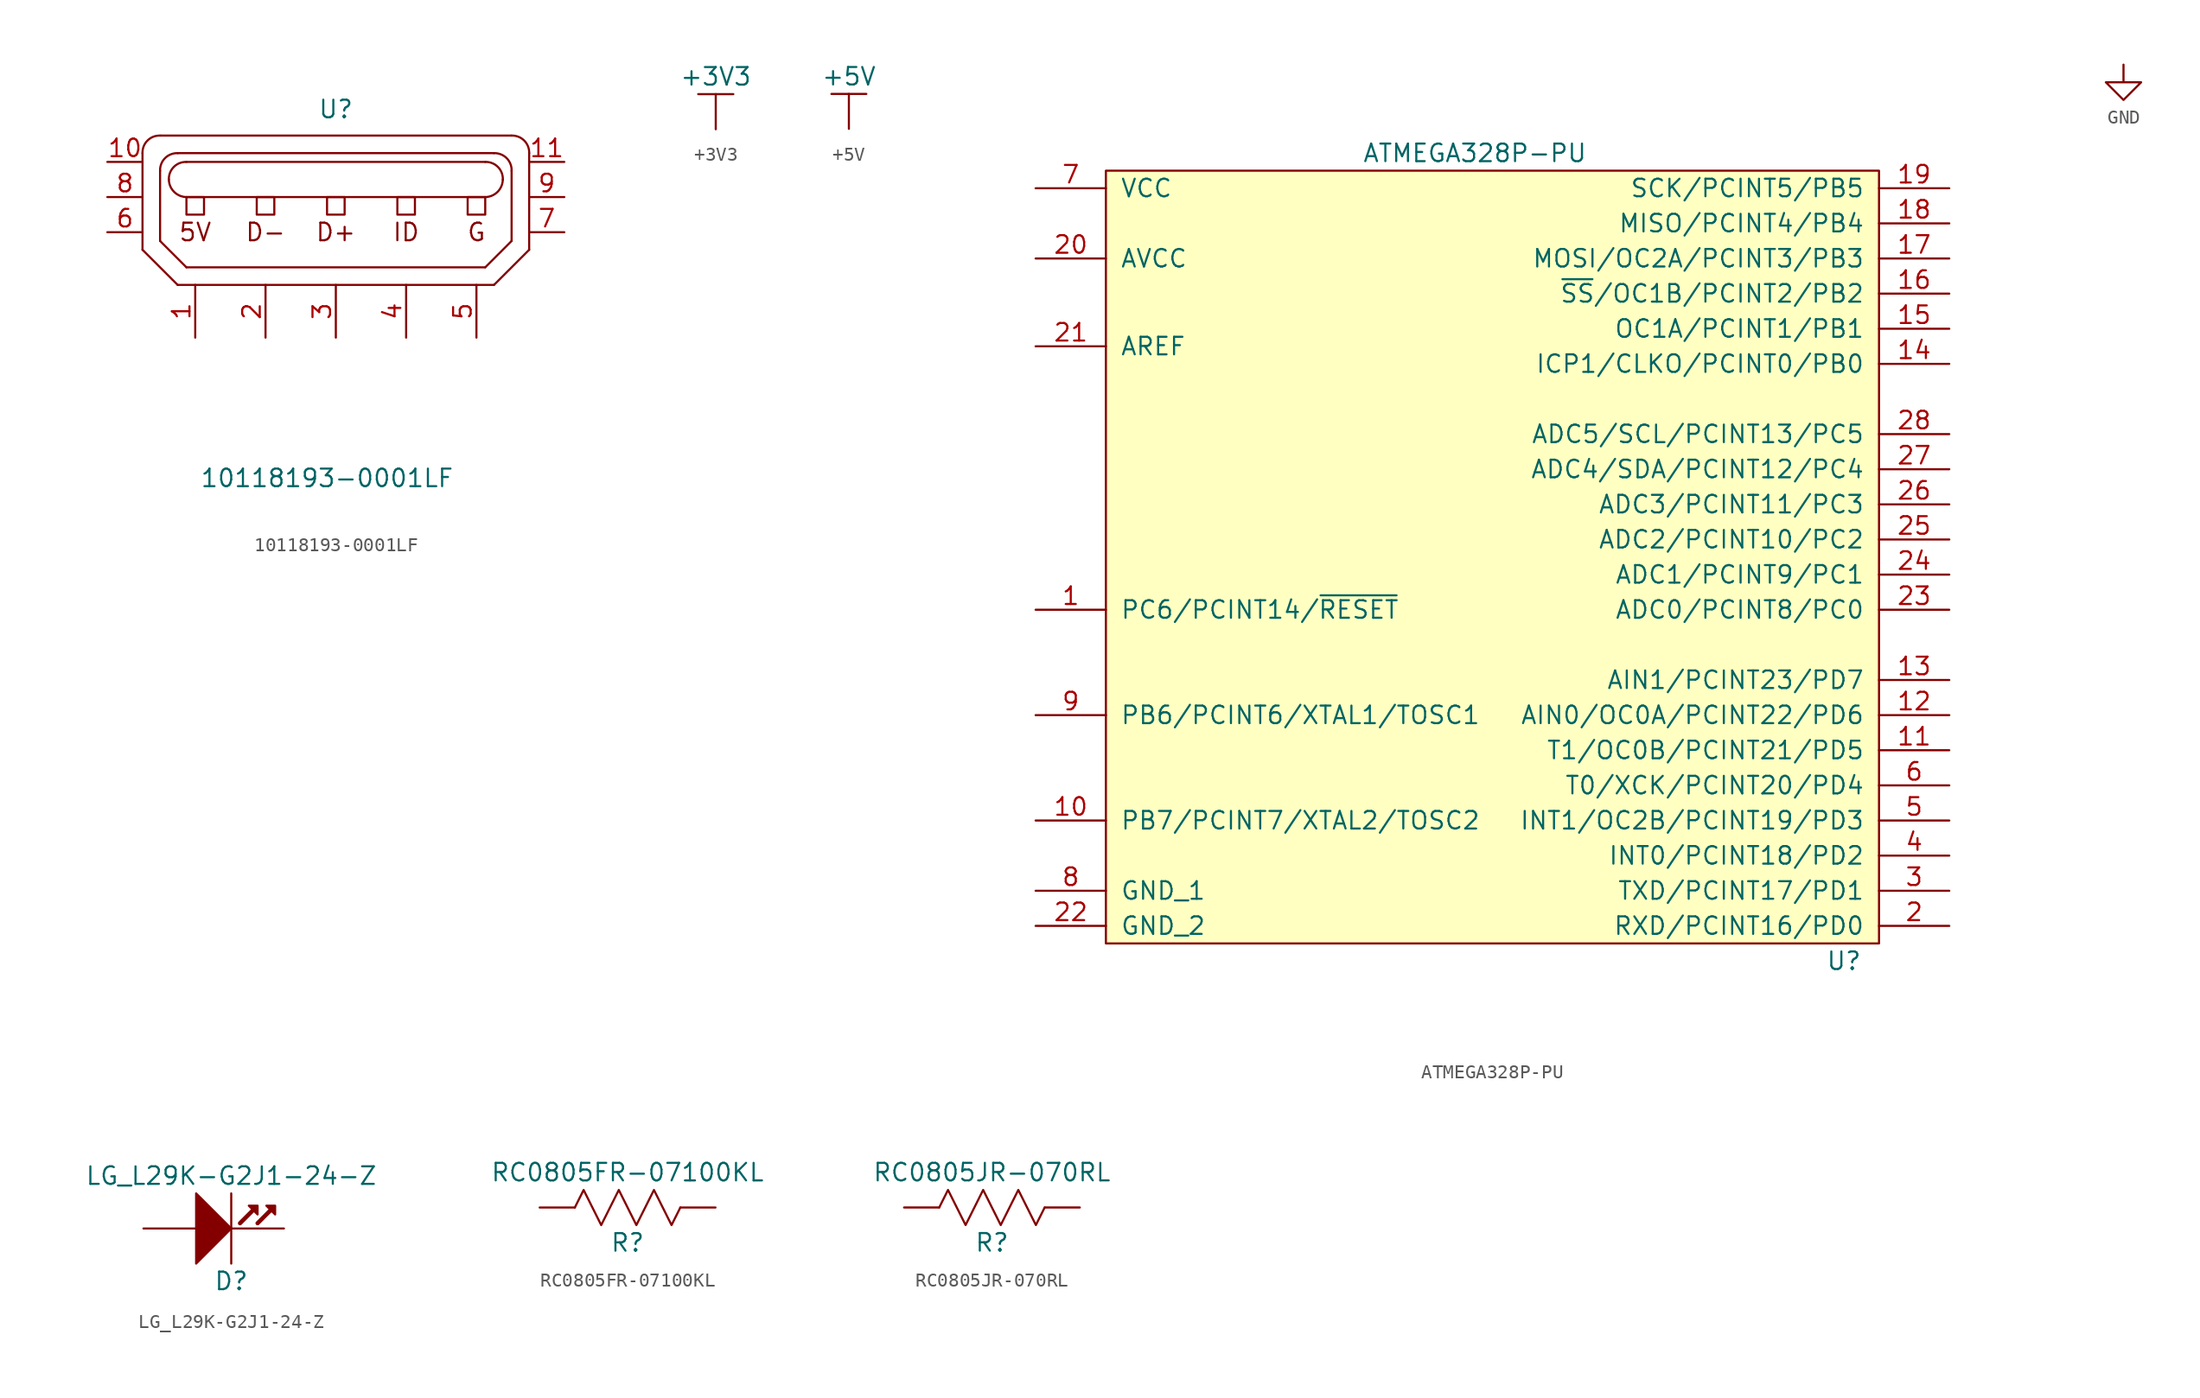
<source format=kicad_sym>
(kicad_symbol_lib
  (version 20220914)
  (generator kicad_symbol_editor)
  (symbol "10118193-0001LF"
    (pin_names
      (offset 0.025) hide)
    (property "Reference" "U"
      (at 0 6.35 0)
      (effects (font (size 1.27 1.27))))
    (property "Value" "10118193-0001LF"
      (at -0.635 -20.32 0)
      (effects (font (size 1.27 1.27))))
    (symbol "10118193-0001LF_0_0"
      (text "5V" (at -10.16 -2.54 0) (effects (font (size 1.27 1.27))))
      (text "D+" (at 0 -2.54 0) (effects (font (size 1.27 1.27))))
      (text "D-" (at -5.08 -2.54 0) (effects (font (size 1.27 1.27))))
      (text "G" (at 10.16 -2.54 0) (effects (font (size 1.27 1.27))))
      (text "ID" (at 5.08 -2.54 0) (effects (font (size 1.27 1.27)))))
    (symbol "10118193-0001LF_0_1"
      (arc (start -12.7 4.445) (mid -13.6146 4.0821) (end -13.97 3.175) (stroke (width 0) (type solid)) (fill (type none)))
      (arc (start -12.065 1.27) (mid -11.6916 0.3812) (end -10.795 0) (stroke (width 0) (type solid)) (fill (type none)))
      (arc (start -11.43 3.175) (mid -12.3446 2.8121) (end -12.7 1.905) (stroke (width 0) (type solid)) (fill (type none)))
      (rectangle (start -10.795 0) (end -9.525 -1.27) (stroke (width 0) (type solid)) (fill (type none)))
      (arc (start -10.795 2.54) (mid -11.7096 2.1771) (end -12.065 1.27) (stroke (width 0) (type solid)) (fill (type none)))
      (rectangle (start -5.715 0) (end -4.445 -1.27) (stroke (width 0) (type solid)) (fill (type none)))
      (rectangle (start -0.635 0) (end 0.635 -1.27) (stroke (width 0) (type solid)) (fill (type none)))
      (polyline (pts (xy -13.97 -3.81) (xy -11.43 -6.35)) (stroke (width 0) (type solid)) (fill (type none)))
      (polyline (pts (xy -13.97 3.175) (xy -13.97 -3.81)) (stroke (width 0) (type solid)) (fill (type none)))
      (polyline (pts (xy -12.7 -3.175) (xy -10.795 -5.08)) (stroke (width 0) (type solid)) (fill (type none)))
      (polyline (pts (xy -12.7 1.905) (xy -12.7 -3.175)) (stroke (width 0) (type solid)) (fill (type none)))
      (polyline (pts (xy -12.7 4.445) (xy 12.7 4.445)) (stroke (width 0) (type solid)) (fill (type none)))
      (polyline (pts (xy -11.43 -6.35) (xy 11.43 -6.35)) (stroke (width 0) (type solid)) (fill (type none)))
      (polyline (pts (xy -11.43 3.175) (xy 11.43 3.175)) (stroke (width 0) (type solid)) (fill (type none)))
      (polyline (pts (xy -10.795 2.54) (xy 10.795 2.54)) (stroke (width 0) (type solid)) (fill (type none)))
      (polyline (pts (xy 10.795 -5.08) (xy -10.795 -5.08)) (stroke (width 0) (type solid)) (fill (type none)))
      (polyline (pts (xy 10.795 0) (xy -10.795 0)) (stroke (width 0) (type solid)) (fill (type none)))
      (polyline (pts (xy 12.7 -3.175) (xy 10.795 -5.08)) (stroke (width 0) (type solid)) (fill (type none)))
      (polyline (pts (xy 12.7 1.905) (xy 12.7 -3.175)) (stroke (width 0) (type solid)) (fill (type none)))
      (polyline (pts (xy 13.97 -3.81) (xy 11.43 -6.35)) (stroke (width 0) (type solid)) (fill (type none)))
      (polyline (pts (xy 13.97 3.175) (xy 13.97 -3.81)) (stroke (width 0) (type solid)) (fill (type none)))
      (rectangle (start 4.445 0) (end 5.715 -1.27) (stroke (width 0) (type solid)) (fill (type none)))
      (rectangle (start 10.795 0) (end 9.525 -1.27) (stroke (width 0) (type solid)) (fill (type none)))
      (arc (start 10.795 0) (mid 11.6838 0.3734) (end 12.065 1.27) (stroke (width 0) (type solid)) (fill (type none)))
      (arc (start 12.065 1.27) (mid 11.7021 2.1846) (end 10.795 2.54) (stroke (width 0) (type solid)) (fill (type none)))
      (arc (start 12.7 1.905) (mid 12.3371 2.8196) (end 11.43 3.175) (stroke (width 0) (type solid)) (fill (type none)))
      (arc (start 13.97 3.175) (mid 13.6071 4.0896) (end 12.7 4.445) (stroke (width 0) (type solid)) (fill (type none))))
    (symbol "10118193-0001LF_1_1"
      (pin power_out line (at -10.16 -10.16 90) (length 3.81) (name "1" (effects (font (size 1.27 1.27)))) (number "1" (effects (font (size 1.27 1.27)))))
      (pin power_in line (at -16.51 2.54 0) (length 2.54) (name "10" (effects (font (size 1.27 1.27)))) (number "10" (effects (font (size 1.27 1.27)))))
      (pin power_in line (at 16.51 2.54 180) (length 2.54) (name "11" (effects (font (size 1.27 1.27)))) (number "11" (effects (font (size 1.27 1.27)))))
      (pin bidirectional line (at -5.08 -10.16 90) (length 3.81) (name "2" (effects (font (size 1.27 1.27)))) (number "2" (effects (font (size 1.27 1.27)))))
      (pin bidirectional line (at 0 -10.16 90) (length 3.81) (name "3" (effects (font (size 1.27 1.27)))) (number "3" (effects (font (size 1.27 1.27)))))
      (pin bidirectional line (at 5.08 -10.16 90) (length 3.81) (name "4" (effects (font (size 1.27 1.27)))) (number "4" (effects (font (size 1.27 1.27)))))
      (pin power_in line (at 10.16 -10.16 90) (length 3.81) (name "5" (effects (font (size 1.27 1.27)))) (number "5" (effects (font (size 1.27 1.27)))))
      (pin power_in line (at -16.51 -2.54 0) (length 2.54) (name "6" (effects (font (size 1.27 1.27)))) (number "6" (effects (font (size 1.27 1.27)))))
      (pin power_in line (at 16.51 -2.54 180) (length 2.54) (name "7" (effects (font (size 1.27 1.27)))) (number "7" (effects (font (size 1.27 1.27)))))
      (pin power_in line (at -16.51 0 0) (length 2.54) (name "8" (effects (font (size 1.27 1.27)))) (number "8" (effects (font (size 1.27 1.27)))))
      (pin power_in line (at 16.51 0 180) (length 2.54) (name "9" (effects (font (size 1.27 1.27)))) (number "9" (effects (font (size 1.27 1.27)))))))
  (symbol "+3V3"
    (power)
    (pin_names
      (offset 1.016) hide)
    (property "Reference" "#PWR"
      (at 0 -7.62 0)
      (effects (font (size 1.27 1.27)) hide))
    (property "Value" "+3V3"
      (at 0 3.81 0)
      (effects (font (size 1.27 1.27))))
    (symbol "+3V3_0_1"
      (polyline (pts (xy -1.27 2.54) (xy 1.27 2.54)) (stroke (width 0) (type solid)) (fill (type none))))
    (symbol "+3V3_1_1"
      (pin power_in line (at 0 0 90) (length 2.54) (name "+3V3" (effects (font (size 1.27 1.27)))) (number "~" (effects (font (size 1.27 1.27)))))))
  (symbol "+5V"
    (power)
    (pin_names
      (offset 1.016) hide)
    (property "Reference" "#PWR"
      (at 0 -7.62 0)
      (effects (font (size 1.27 1.27)) hide))
    (property "Value" "+5V"
      (at 0 3.81 0)
      (effects (font (size 1.27 1.27))))
    (symbol "+5V_0_1"
      (polyline (pts (xy -1.27 2.54) (xy 1.27 2.54)) (stroke (width 0) (type solid)) (fill (type none))))
    (symbol "+5V_1_1"
      (pin power_in line (at 0 0 90) (length 2.54) (name "+5V" (effects (font (size 1.27 1.27)))) (number "~" (effects (font (size 1.27 1.27)))))))
  (symbol "ATMEGA328P-PU"
    (pin_names
      (offset 1.016))
    (property "Reference" "U"
      (at 25.4 -30.48 0)
      (effects (font (size 1.27 1.27))))
    (property "Value" "ATMEGA328P-PU"
      (at -1.27 27.94 0)
      (effects (font (size 1.27 1.27))))
    (symbol "ATMEGA328P-PU_0_1"
      (rectangle (start -27.94 26.67) (end 27.94 -29.21) (stroke (width 0) (type solid)) (fill (type background))))
    (symbol "ATMEGA328P-PU_1_1"
      (pin bidirectional line (at -33.02 -5.08 0) (length 5.08) (name "PC6/PCINT14/~{RESET}" (effects (font (size 1.27 1.27)))) (number "1" (effects (font (size 1.27 1.27)))))
      (pin bidirectional line (at -33.02 -20.32 0) (length 5.08) (name "PB7/PCINT7/XTAL2/TOSC2" (effects (font (size 1.27 1.27)))) (number "10" (effects (font (size 1.27 1.27)))))
      (pin bidirectional line (at 33.02 -15.24 180) (length 5.08) (name "T1/OC0B/PCINT21/PD5" (effects (font (size 1.27 1.27)))) (number "11" (effects (font (size 1.27 1.27)))))
      (pin bidirectional line (at 33.02 -12.7 180) (length 5.08) (name "AIN0/OC0A/PCINT22/PD6" (effects (font (size 1.27 1.27)))) (number "12" (effects (font (size 1.27 1.27)))))
      (pin bidirectional line (at 33.02 -10.16 180) (length 5.08) (name "AIN1/PCINT23/PD7" (effects (font (size 1.27 1.27)))) (number "13" (effects (font (size 1.27 1.27)))))
      (pin bidirectional line (at 33.02 12.7 180) (length 5.08) (name "ICP1/CLKO/PCINT0/PB0" (effects (font (size 1.27 1.27)))) (number "14" (effects (font (size 1.27 1.27)))))
      (pin bidirectional line (at 33.02 15.24 180) (length 5.08) (name "OC1A/PCINT1/PB1" (effects (font (size 1.27 1.27)))) (number "15" (effects (font (size 1.27 1.27)))))
      (pin bidirectional line (at 33.02 17.78 180) (length 5.08) (name "~{SS}/OC1B/PCINT2/PB2" (effects (font (size 1.27 1.27)))) (number "16" (effects (font (size 1.27 1.27)))))
      (pin bidirectional line (at 33.02 20.32 180) (length 5.08) (name "MOSI/OC2A/PCINT3/PB3" (effects (font (size 1.27 1.27)))) (number "17" (effects (font (size 1.27 1.27)))))
      (pin bidirectional line (at 33.02 22.86 180) (length 5.08) (name "MISO/PCINT4/PB4" (effects (font (size 1.27 1.27)))) (number "18" (effects (font (size 1.27 1.27)))))
      (pin bidirectional line (at 33.02 25.4 180) (length 5.08) (name "SCK/PCINT5/PB5" (effects (font (size 1.27 1.27)))) (number "19" (effects (font (size 1.27 1.27)))))
      (pin bidirectional line (at 33.02 -27.94 180) (length 5.08) (name "RXD/PCINT16/PD0" (effects (font (size 1.27 1.27)))) (number "2" (effects (font (size 1.27 1.27)))))
      (pin power_in line (at -33.02 20.32 0) (length 5.08) (name "AVCC" (effects (font (size 1.27 1.27)))) (number "20" (effects (font (size 1.27 1.27)))))
      (pin input line (at -33.02 13.97 0) (length 5.08) (name "AREF" (effects (font (size 1.27 1.27)))) (number "21" (effects (font (size 1.27 1.27)))))
      (pin power_in line (at -33.02 -27.94 0) (length 5.08) (name "GND_2" (effects (font (size 1.27 1.27)))) (number "22" (effects (font (size 1.27 1.27)))))
      (pin bidirectional line (at 33.02 -5.08 180) (length 5.08) (name "ADC0/PCINT8/PC0" (effects (font (size 1.27 1.27)))) (number "23" (effects (font (size 1.27 1.27)))))
      (pin bidirectional line (at 33.02 -2.54 180) (length 5.08) (name "ADC1/PCINT9/PC1" (effects (font (size 1.27 1.27)))) (number "24" (effects (font (size 1.27 1.27)))))
      (pin bidirectional line (at 33.02 0 180) (length 5.08) (name "ADC2/PCINT10/PC2" (effects (font (size 1.27 1.27)))) (number "25" (effects (font (size 1.27 1.27)))))
      (pin bidirectional line (at 33.02 2.54 180) (length 5.08) (name "ADC3/PCINT11/PC3" (effects (font (size 1.27 1.27)))) (number "26" (effects (font (size 1.27 1.27)))))
      (pin bidirectional line (at 33.02 5.08 180) (length 5.08) (name "ADC4/SDA/PCINT12/PC4" (effects (font (size 1.27 1.27)))) (number "27" (effects (font (size 1.27 1.27)))))
      (pin bidirectional line (at 33.02 7.62 180) (length 5.08) (name "ADC5/SCL/PCINT13/PC5" (effects (font (size 1.27 1.27)))) (number "28" (effects (font (size 1.27 1.27)))))
      (pin bidirectional line (at 33.02 -25.4 180) (length 5.08) (name "TXD/PCINT17/PD1" (effects (font (size 1.27 1.27)))) (number "3" (effects (font (size 1.27 1.27)))))
      (pin bidirectional line (at 33.02 -22.86 180) (length 5.08) (name "INT0/PCINT18/PD2" (effects (font (size 1.27 1.27)))) (number "4" (effects (font (size 1.27 1.27)))))
      (pin bidirectional line (at 33.02 -20.32 180) (length 5.08) (name "INT1/OC2B/PCINT19/PD3" (effects (font (size 1.27 1.27)))) (number "5" (effects (font (size 1.27 1.27)))))
      (pin bidirectional line (at 33.02 -17.78 180) (length 5.08) (name "T0/XCK/PCINT20/PD4" (effects (font (size 1.27 1.27)))) (number "6" (effects (font (size 1.27 1.27)))))
      (pin power_in line (at -33.02 25.4 0) (length 5.08) (name "VCC" (effects (font (size 1.27 1.27)))) (number "7" (effects (font (size 1.27 1.27)))))
      (pin power_in line (at -33.02 -25.4 0) (length 5.08) (name "GND_1" (effects (font (size 1.27 1.27)))) (number "8" (effects (font (size 1.27 1.27)))))
      (pin bidirectional line (at -33.02 -12.7 0) (length 5.08) (name "PB6/PCINT6/XTAL1/TOSC1" (effects (font (size 1.27 1.27)))) (number "9" (effects (font (size 1.27 1.27)))))))
  (symbol "GND"
    (power)
    (pin_numbers hide)
    (pin_names
      (offset 0) hide)
    (property "Reference" "#PWR"
      (at 0 -6.35 0)
      (effects (font (size 1.27 1.27)) hide))
    (symbol "GND_0_1"
      (polyline (pts (xy 0 0) (xy 0 -1.27) (xy 1.27 -1.27) (xy 0 -2.54) (xy -1.27 -1.27) (xy 0 -1.27)) (stroke (width 0) (type solid)) (fill (type none))))
    (symbol "GND_1_1"
      (pin power_in line (at 0 0 270) (length 0) hide (name "GND" (effects (font (size 1.27 1.27)))) (number "1" (effects (font (size 1.27 1.27)))))))
  (symbol "LG_L29K-G2J1-24-Z"
    (pin_numbers hide)
    (pin_names
      (offset 1.016) hide)
    (property "Reference" "D"
      (at 0 -3.81 0)
      (effects (font (size 1.27 1.27))))
    (property "Value" "LG_L29K-G2J1-24-Z"
      (at 0 3.81 0)
      (effects (font (size 1.27 1.27))))
    (symbol "LG_L29K-G2J1-24-Z_0_1"
      (polyline (pts (xy 0 2.54) (xy 0 -2.54)) (stroke (width 0) (type solid)) (fill (type none)))
      (polyline (pts (xy 1.651 1.397) (xy 0.635 0.381)) (stroke (width 0.305) (type solid)) (fill (type none)))
      (polyline (pts (xy 2.921 1.397) (xy 1.905 0.381)) (stroke (width 0.305) (type solid)) (fill (type none)))
      (polyline (pts (xy -2.54 2.54) (xy 0 0) (xy -2.54 -2.54) (xy -2.54 2.54)) (stroke (width 0) (type solid)) (fill (type outline)))
      (polyline (pts (xy 1.27 1.651) (xy 1.905 1.651) (xy 1.905 1.016) (xy 1.27 1.651)) (stroke (width 0) (type solid)) (fill (type outline)))
      (polyline (pts (xy 2.54 1.651) (xy 3.175 1.651) (xy 3.175 1.016) (xy 2.54 1.651)) (stroke (width 0) (type solid)) (fill (type outline))))
    (symbol "LG_L29K-G2J1-24-Z_1_1"
      (pin passive line (at 3.81 0 180) (length 3.81) (name "Cathode" (effects (font (size 1.27 1.27)))) (number "1" (effects (font (size 1.27 1.27)))))
      (pin passive line (at -6.35 0 0) (length 3.81) (name "Anode" (effects (font (size 1.27 1.27)))) (number "2" (effects (font (size 1.27 1.27)))))))
  (symbol "RC0805FR-07100KL"
    (pin_numbers hide)
    (pin_names
      (offset 1.016))
    (property "Reference" "R"
      (at 0 -2.54 0)
      (effects (font (size 1.27 1.27))))
    (property "Value" "RC0805FR-07100KL"
      (at 0 2.54 0)
      (effects (font (size 1.27 1.27))))
    (symbol "RC0805FR-07100KL_0_1"
      (polyline (pts (xy -3.81 0) (xy -3.175 1.27) (xy -1.905 -1.27) (xy -0.635 1.27) (xy 0.635 -1.27) (xy 1.905 1.27) (xy 3.175 -1.27) (xy 3.81 0)) (stroke (width 0) (type solid)) (fill (type none))))
    (symbol "RC0805FR-07100KL_1_1"
      (pin passive line (at -6.35 0 0) (length 2.54) (name "~" (effects (font (size 1.27 1.27)))) (number "1" (effects (font (size 1.27 1.27)))))
      (pin passive line (at 6.35 0 180) (length 2.54) (name "~" (effects (font (size 1.27 1.27)))) (number "2" (effects (font (size 1.27 1.27)))))))
  (symbol "RC0805JR-070RL"
    (pin_numbers hide)
    (pin_names
      (offset 1.016))
    (property "Reference" "R"
      (at 0 -2.54 0)
      (effects (font (size 1.27 1.27))))
    (property "Value" "RC0805JR-070RL"
      (at 0 2.54 0)
      (effects (font (size 1.27 1.27))))
    (symbol "RC0805JR-070RL_0_1"
      (polyline (pts (xy -3.81 0) (xy -3.175 1.27) (xy -1.905 -1.27) (xy -0.635 1.27) (xy 0.635 -1.27) (xy 1.905 1.27) (xy 3.175 -1.27) (xy 3.81 0)) (stroke (width 0) (type solid)) (fill (type none))))
    (symbol "RC0805JR-070RL_1_1"
      (pin passive line (at -6.35 0 0) (length 2.54) (name "~" (effects (font (size 1.27 1.27)))) (number "1" (effects (font (size 1.27 1.27)))))
      (pin passive line (at 6.35 0 180) (length 2.54) (name "~" (effects (font (size 1.27 1.27)))) (number "2" (effects (font (size 1.27 1.27))))))))
</source>
